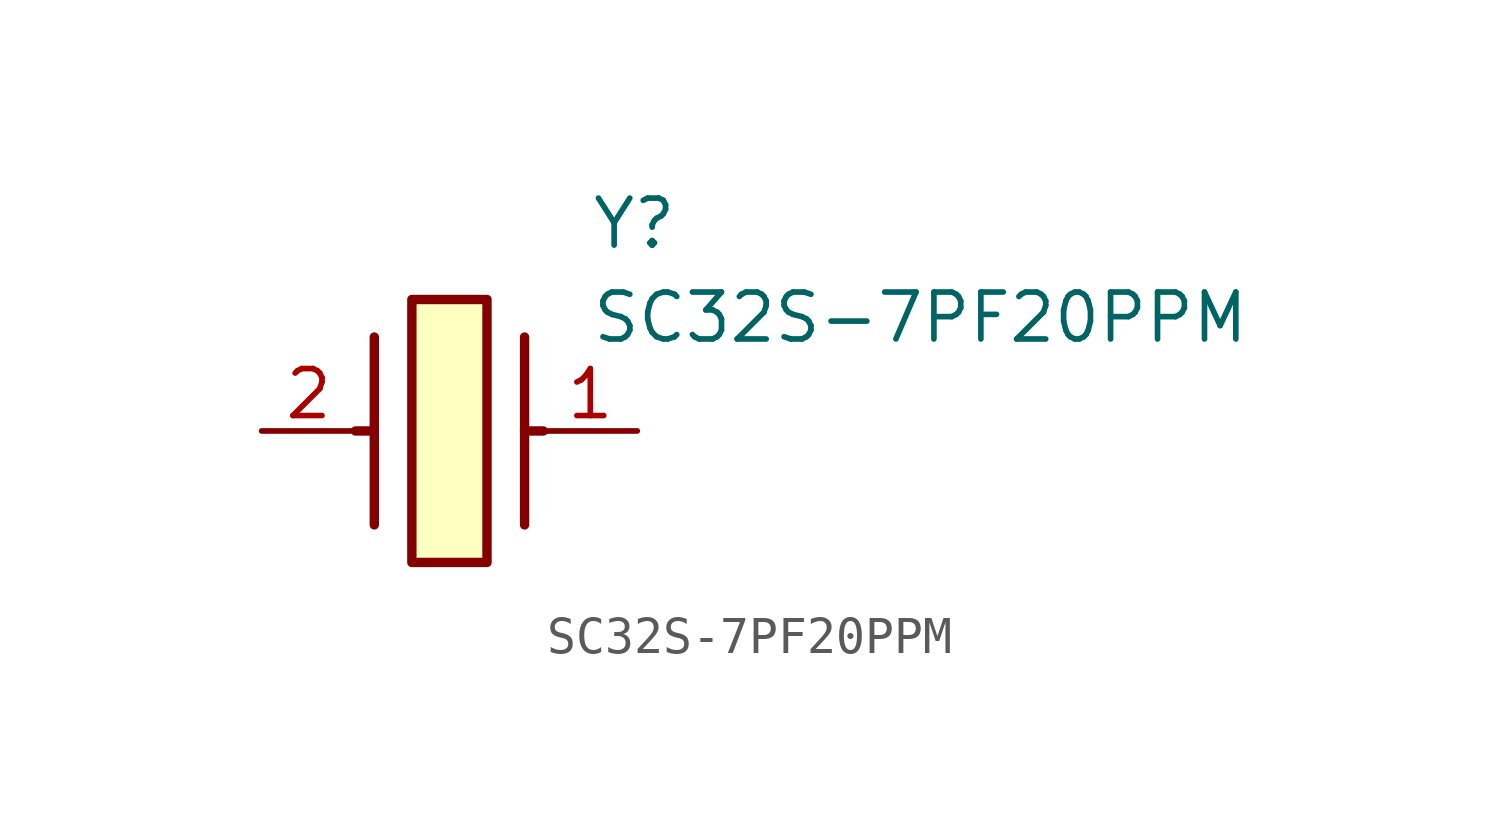
<source format=kicad_sym>
(kicad_symbol_lib
  (version 20220914)
  (generator kicad_symbol_editor)
  (symbol "SC32S-7PF20PPM"
    (pin_names hide)
    (property "Reference" "Y"
      (at 8.89 6.35 0)
      (effects (font (size 1.27 1.27)) (justify left top)))
    (property "Value" "SC32S-7PF20PPM"
      (at 8.89 3.81 0)
      (effects (font (size 1.27 1.27)) (justify left top)))
    (symbol "SC32S-7PF20PPM_1_1"
      (polyline (pts (xy 3.048 0) (xy 2.54 0)) (stroke (width 0.254) (type default)) (fill (type none)))
      (polyline (pts (xy 3.048 2.54) (xy 3.048 -2.54)) (stroke (width 0.254) (type default)) (fill (type none)))
      (polyline (pts (xy 7.112 0) (xy 7.62 0)) (stroke (width 0.254) (type default)) (fill (type none)))
      (polyline (pts (xy 7.112 2.54) (xy 7.112 -2.54)) (stroke (width 0.254) (type default)) (fill (type none)))
      (rectangle (start 4.064 3.556) (end 6.096 -3.556) (stroke (width 0.254) (type default)) (fill (type background)))
      (pin passive line (at 10.16 0 180) (length 2.54) (name "1" (effects (font (size 1.27 1.27)))) (number "1" (effects (font (size 1.27 1.27)))))
      (pin passive line (at 0 0 0) (length 2.54) (name "CRYSTAL_2" (effects (font (size 1.27 1.27)))) (number "2" (effects (font (size 1.27 1.27))))))))
</source>
